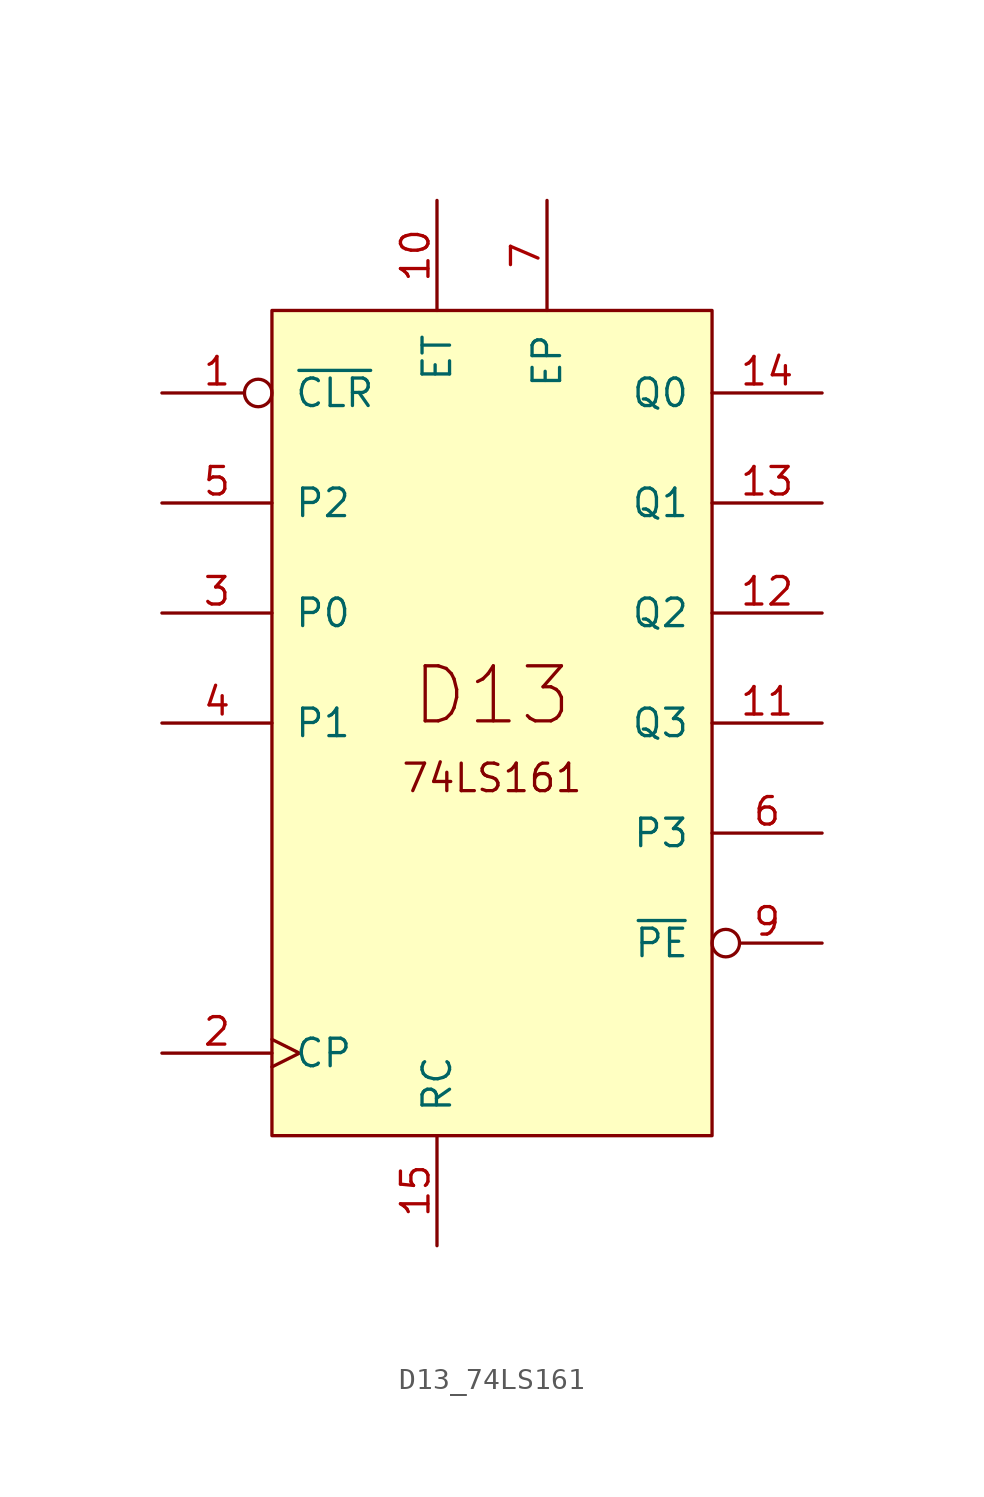
<source format=kicad_sym>
(kicad_symbol_lib
  (version 20211014)
  (generator kicad_symbol_editor)
  (symbol "D13_74LS161"
    (pin_names
      (offset 1.016))
    (property "Reference" "U"
      (at -86.36 50.8 0)
      (effects (font (size 1.27 1.27)) hide))
    (symbol "D13_74LS161_0_0"
      (text "74LS161" (at 10.16 -21.59 0) (effects (font (size 1.27 1.27))))
      (text "D13" (at 10.16 -17.78 0) (effects (font (size 2.54 2.54)))))
    (symbol "D13_74LS161_0_1"
      (rectangle (start 0 0) (end 20.32 -38.1) (stroke (width 0) (type default) (color 0 0 0 0)) (fill (type background))))
    (symbol "D13_74LS161_1_0"
      (pin input inverted (at -5.08 -3.81 0) (length 5.08) (name "~{CLR}" (effects (font (size 1.27 1.27)))) (number "1" (effects (font (size 1.27 1.27)))))
      (pin input line (at 7.62 5.08 270) (length 5.08) (name "ET" (effects (font (size 1.27 1.27)))) (number "10" (effects (font (size 1.27 1.27)))))
      (pin output line (at 25.4 -19.05 180) (length 5.08) (name "Q3" (effects (font (size 1.27 1.27)))) (number "11" (effects (font (size 1.27 1.27)))))
      (pin output line (at 25.4 -13.97 180) (length 5.08) (name "Q2" (effects (font (size 1.27 1.27)))) (number "12" (effects (font (size 1.27 1.27)))))
      (pin output line (at 25.4 -8.89 180) (length 5.08) (name "Q1" (effects (font (size 1.27 1.27)))) (number "13" (effects (font (size 1.27 1.27)))))
      (pin output line (at 25.4 -3.81 180) (length 5.08) (name "Q0" (effects (font (size 1.27 1.27)))) (number "14" (effects (font (size 1.27 1.27)))))
      (pin output line (at 7.62 -43.18 90) (length 5.08) (name "RC" (effects (font (size 1.27 1.27)))) (number "15" (effects (font (size 1.27 1.27)))))
      (pin input clock (at -5.08 -34.29 0) (length 5.08) (name "CP" (effects (font (size 1.27 1.27)))) (number "2" (effects (font (size 1.27 1.27)))))
      (pin input line (at -5.08 -13.97 0) (length 5.08) (name "P0" (effects (font (size 1.27 1.27)))) (number "3" (effects (font (size 1.27 1.27)))))
      (pin input line (at -5.08 -19.05 0) (length 5.08) (name "P1" (effects (font (size 1.27 1.27)))) (number "4" (effects (font (size 1.27 1.27)))))
      (pin input line (at -5.08 -8.89 0) (length 5.08) (name "P2" (effects (font (size 1.27 1.27)))) (number "5" (effects (font (size 1.27 1.27)))))
      (pin input line (at 25.4 -24.13 180) (length 5.08) (name "P3" (effects (font (size 1.27 1.27)))) (number "6" (effects (font (size 1.27 1.27)))))
      (pin input line (at 12.7 5.08 270) (length 5.08) (name "EP" (effects (font (size 1.27 1.27)))) (number "7" (effects (font (size 1.27 1.27)))))
      (pin input inverted (at 25.4 -29.21 180) (length 5.08) (name "~{PE}" (effects (font (size 1.27 1.27)))) (number "9" (effects (font (size 1.27 1.27))))))))
</source>
